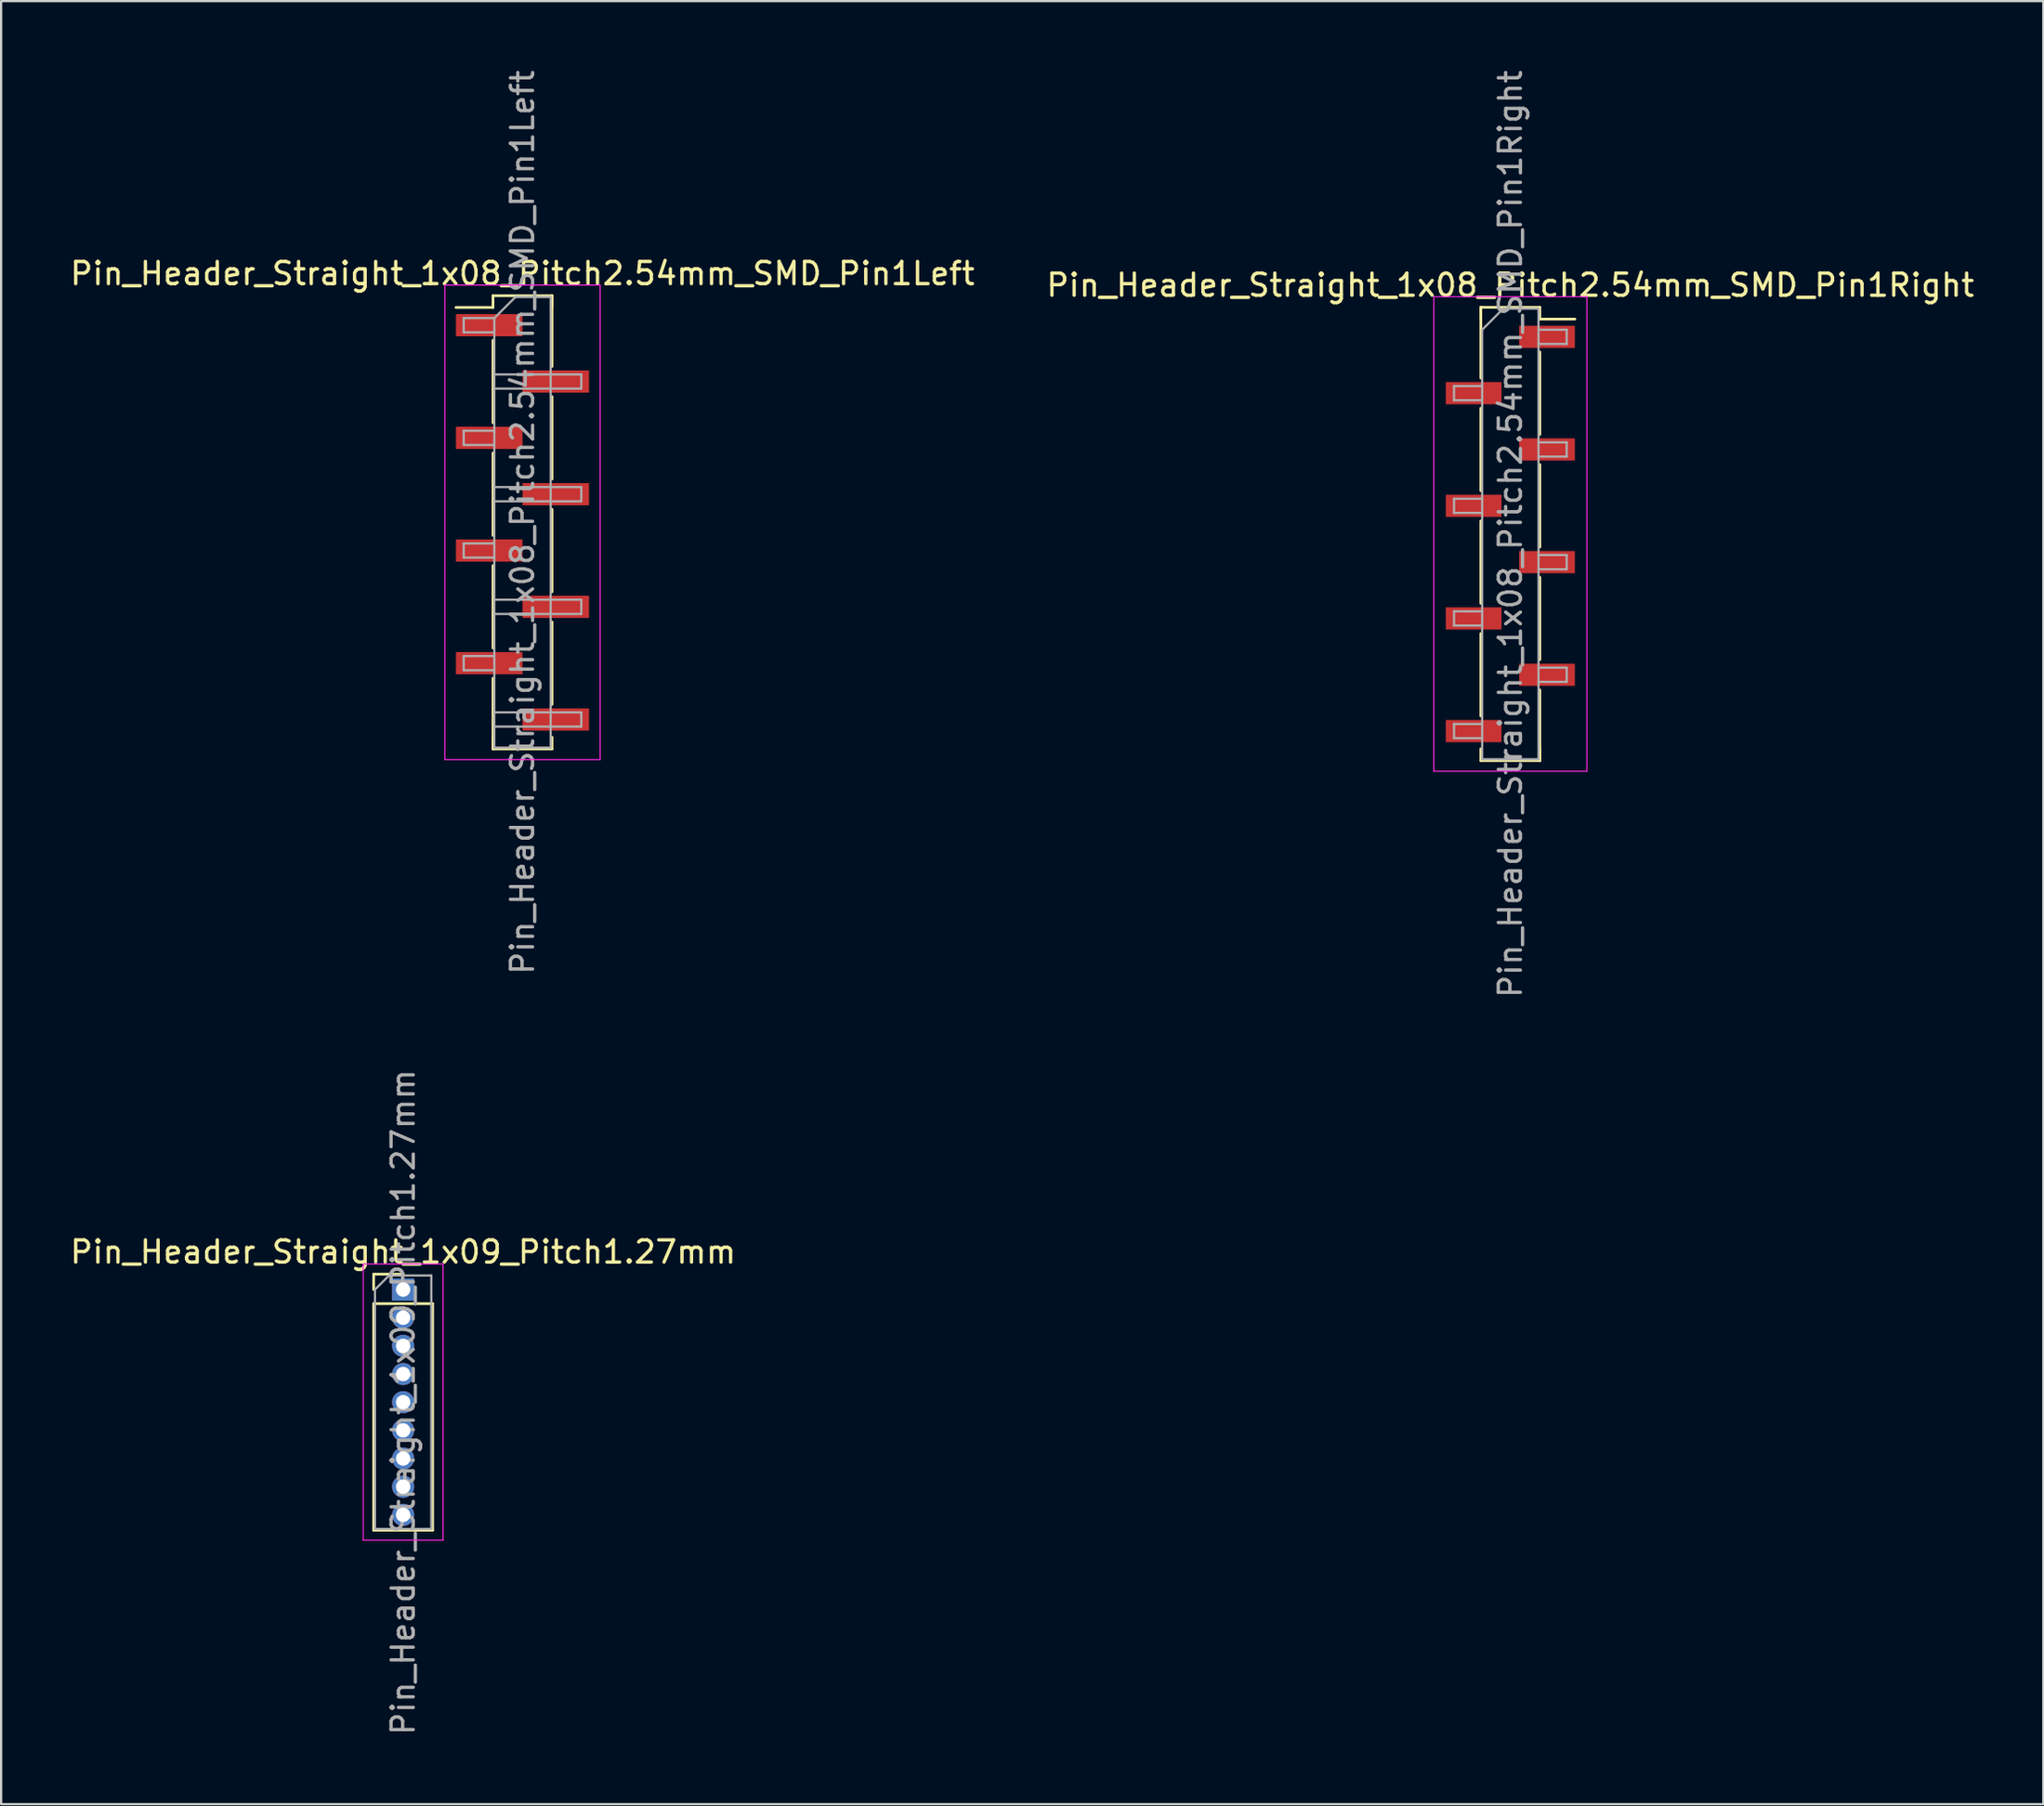
<source format=kicad_pcb>
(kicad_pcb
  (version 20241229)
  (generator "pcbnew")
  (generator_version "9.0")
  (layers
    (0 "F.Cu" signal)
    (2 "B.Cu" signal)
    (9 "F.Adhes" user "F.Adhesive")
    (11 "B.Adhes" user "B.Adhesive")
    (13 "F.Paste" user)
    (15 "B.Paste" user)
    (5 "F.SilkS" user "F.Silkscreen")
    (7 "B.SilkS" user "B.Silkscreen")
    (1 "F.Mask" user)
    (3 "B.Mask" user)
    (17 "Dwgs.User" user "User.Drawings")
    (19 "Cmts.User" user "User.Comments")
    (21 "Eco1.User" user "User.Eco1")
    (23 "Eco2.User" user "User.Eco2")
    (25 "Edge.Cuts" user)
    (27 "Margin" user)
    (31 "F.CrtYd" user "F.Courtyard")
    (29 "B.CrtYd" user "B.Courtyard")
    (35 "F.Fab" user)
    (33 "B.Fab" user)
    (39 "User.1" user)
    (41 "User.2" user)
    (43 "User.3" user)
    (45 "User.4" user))
  (footprint "Pin_Header_Straight_1x08_Pitch2.54mm_SMD_Pin1Left"
    (layer "F.Cu")
    (at 20.506 20.506)
    (property "Reference" "Pin_Header_Straight_1x08_Pitch2.54mm_SMD_Pin1Left" (at 0 -11.22 0) (layer "F.SilkS") (effects (font (size 1 1) (thickness 0.15))))
    (attr smd)
    (fp_line (start -1.33 -10.22) (end 1.33 -10.22) (stroke (width 0.12) (type solid)) (layer "F.SilkS"))
    (fp_line (start -1.33 -9.69) (end -3 -9.69) (stroke (width 0.12) (type solid)) (layer "F.SilkS"))
    (fp_line (start -1.33 -9.69) (end -1.33 -10.22) (stroke (width 0.12) (type solid)) (layer "F.SilkS"))
    (fp_line (start -1.33 -8.21) (end -1.33 -4.49) (stroke (width 0.12) (type solid)) (layer "F.SilkS"))
    (fp_line (start -1.33 -3.13) (end -1.33 0.59) (stroke (width 0.12) (type solid)) (layer "F.SilkS"))
    (fp_line (start -1.33 1.95) (end -1.33 5.67) (stroke (width 0.12) (type solid)) (layer "F.SilkS"))
    (fp_line (start -1.33 7.03) (end -1.33 10.22) (stroke (width 0.12) (type solid)) (layer "F.SilkS"))
    (fp_line (start -1.33 9.69) (end -1.33 10.22) (stroke (width 0.12) (type solid)) (layer "F.SilkS"))
    (fp_line (start -1.33 10.22) (end 1.33 10.22) (stroke (width 0.12) (type solid)) (layer "F.SilkS"))
    (fp_line (start 1.33 -10.22) (end 1.33 -9.69) (stroke (width 0.12) (type solid)) (layer "F.SilkS"))
    (fp_line (start 1.33 -10.22) (end 1.33 -7.03) (stroke (width 0.12) (type solid)) (layer "F.SilkS"))
    (fp_line (start 1.33 -5.67) (end 1.33 -1.95) (stroke (width 0.12) (type solid)) (layer "F.SilkS"))
    (fp_line (start 1.33 -0.59) (end 1.33 3.13) (stroke (width 0.12) (type solid)) (layer "F.SilkS"))
    (fp_line (start 1.33 4.49) (end 1.33 8.21) (stroke (width 0.12) (type solid)) (layer "F.SilkS"))
    (fp_line (start 1.33 10.22) (end 1.33 9.69) (stroke (width 0.12) (type solid)) (layer "F.SilkS"))
    (fp_line (start -3.5 -10.7) (end -3.5 10.7) (stroke (width 0.05) (type solid)) (layer "F.CrtYd"))
    (fp_line (start -3.5 10.7) (end 3.5 10.7) (stroke (width 0.05) (type solid)) (layer "F.CrtYd"))
    (fp_line (start 3.5 -10.7) (end -3.5 -10.7) (stroke (width 0.05) (type solid)) (layer "F.CrtYd"))
    (fp_line (start 3.5 10.7) (end 3.5 -10.7) (stroke (width 0.05) (type solid)) (layer "F.CrtYd"))
    (fp_line (start -2.65 -9.21) (end -2.65 -8.57) (stroke (width 0.1) (type solid)) (layer "F.Fab"))
    (fp_line (start -2.65 -8.57) (end -1.27 -8.57) (stroke (width 0.1) (type solid)) (layer "F.Fab"))
    (fp_line (start -2.65 -4.13) (end -2.65 -3.49) (stroke (width 0.1) (type solid)) (layer "F.Fab"))
    (fp_line (start -2.65 -3.49) (end -1.27 -3.49) (stroke (width 0.1) (type solid)) (layer "F.Fab"))
    (fp_line (start -2.65 0.95) (end -2.65 1.59) (stroke (width 0.1) (type solid)) (layer "F.Fab"))
    (fp_line (start -2.65 1.59) (end -1.27 1.59) (stroke (width 0.1) (type solid)) (layer "F.Fab"))
    (fp_line (start -2.65 6.03) (end -2.65 6.67) (stroke (width 0.1) (type solid)) (layer "F.Fab"))
    (fp_line (start -2.65 6.67) (end -1.27 6.67) (stroke (width 0.1) (type solid)) (layer "F.Fab"))
    (fp_line (start -1.27 -9.21) (end -2.65 -9.21) (stroke (width 0.1) (type solid)) (layer "F.Fab"))
    (fp_line (start -1.27 -9.21) (end -0.32 -10.16) (stroke (width 0.1) (type solid)) (layer "F.Fab"))
    (fp_line (start -1.27 -6.67) (end 2.65 -6.67) (stroke (width 0.1) (type solid)) (layer "F.Fab"))
    (fp_line (start -1.27 -4.13) (end -2.65 -4.13) (stroke (width 0.1) (type solid)) (layer "F.Fab"))
    (fp_line (start -1.27 -1.59) (end 2.65 -1.59) (stroke (width 0.1) (type solid)) (layer "F.Fab"))
    (fp_line (start -1.27 0.95) (end -2.65 0.95) (stroke (width 0.1) (type solid)) (layer "F.Fab"))
    (fp_line (start -1.27 3.49) (end 2.65 3.49) (stroke (width 0.1) (type solid)) (layer "F.Fab"))
    (fp_line (start -1.27 6.03) (end -2.65 6.03) (stroke (width 0.1) (type solid)) (layer "F.Fab"))
    (fp_line (start -1.27 8.57) (end 2.65 8.57) (stroke (width 0.1) (type solid)) (layer "F.Fab"))
    (fp_line (start -1.27 10.16) (end -1.27 -9.21) (stroke (width 0.1) (type solid)) (layer "F.Fab"))
    (fp_line (start -0.32 -10.16) (end 1.27 -10.16) (stroke (width 0.1) (type solid)) (layer "F.Fab"))
    (fp_line (start 1.27 -10.16) (end 1.27 10.16) (stroke (width 0.1) (type solid)) (layer "F.Fab"))
    (fp_line (start 1.27 10.16) (end -1.27 10.16) (stroke (width 0.1) (type solid)) (layer "F.Fab"))
    (fp_line (start 2.65 -6.67) (end 2.65 -6.03) (stroke (width 0.1) (type solid)) (layer "F.Fab"))
    (fp_line (start 2.65 -6.03) (end -1.27 -6.03) (stroke (width 0.1) (type solid)) (layer "F.Fab"))
    (fp_line (start 2.65 -1.59) (end 2.65 -0.95) (stroke (width 0.1) (type solid)) (layer "F.Fab"))
    (fp_line (start 2.65 -0.95) (end -1.27 -0.95) (stroke (width 0.1) (type solid)) (layer "F.Fab"))
    (fp_line (start 2.65 3.49) (end 2.65 4.13) (stroke (width 0.1) (type solid)) (layer "F.Fab"))
    (fp_line (start 2.65 4.13) (end -1.27 4.13) (stroke (width 0.1) (type solid)) (layer "F.Fab"))
    (fp_line (start 2.65 8.57) (end 2.65 9.21) (stroke (width 0.1) (type solid)) (layer "F.Fab"))
    (fp_line (start 2.65 9.21) (end -1.27 9.21) (stroke (width 0.1) (type solid)) (layer "F.Fab"))
    (fp_text user "${REFERENCE}" (at 0 0 90) (layer "F.Fab") (effects (font (size 1 1) (thickness 0.15))))
    (pad "1" smd rect (at -1.5 -8.89) (size 3 1) (layers "F.Cu" "F.Mask"))
    (pad "2" smd rect (at 1.5 -6.35) (size 3 1) (layers "F.Cu" "F.Mask"))
    (pad "3" smd rect (at -1.5 -3.81) (size 3 1) (layers "F.Cu" "F.Mask"))
    (pad "4" smd rect (at 1.5 -1.27) (size 3 1) (layers "F.Cu" "F.Mask"))
    (pad "5" smd rect (at -1.5 1.27) (size 3 1) (layers "F.Cu" "F.Mask"))
    (pad "6" smd rect (at 1.5 3.81) (size 3 1) (layers "F.Cu" "F.Mask"))
    (pad "7" smd rect (at -1.5 6.35) (size 3 1) (layers "F.Cu" "F.Mask"))
    (pad "8" smd rect (at 1.5 8.89) (size 3 1) (layers "F.Cu" "F.Mask")))
  (footprint "Pin_Header_Straight_1x09_Pitch1.27mm"
    (layer "F.Cu")
    (at 15.125 55.105)
    (property "Reference" "Pin_Header_Straight_1x09_Pitch1.27mm" (at 0 -1.695 0) (layer "F.SilkS") (effects (font (size 1 1) (thickness 0.15))))
    (attr through_hole)
    (fp_line (start -1.33 -0.695) (end 0 -0.695) (stroke (width 0.12) (type solid)) (layer "F.SilkS"))
    (fp_line (start -1.33 0) (end -1.33 -0.695) (stroke (width 0.12) (type solid)) (layer "F.SilkS"))
    (fp_line (start -1.33 0.635) (end -1.33 10.855) (stroke (width 0.12) (type solid)) (layer "F.SilkS"))
    (fp_line (start -1.33 10.855) (end 1.33 10.855) (stroke (width 0.12) (type solid)) (layer "F.SilkS"))
    (fp_line (start 1.33 0.635) (end -1.33 0.635) (stroke (width 0.12) (type solid)) (layer "F.SilkS"))
    (fp_line (start 1.33 10.855) (end 1.33 0.635) (stroke (width 0.12) (type solid)) (layer "F.SilkS"))
    (fp_line (start -1.8 -1.15) (end -1.8 11.3) (stroke (width 0.05) (type solid)) (layer "F.CrtYd"))
    (fp_line (start -1.8 11.3) (end 1.8 11.3) (stroke (width 0.05) (type solid)) (layer "F.CrtYd"))
    (fp_line (start 1.8 -1.15) (end -1.8 -1.15) (stroke (width 0.05) (type solid)) (layer "F.CrtYd"))
    (fp_line (start 1.8 11.3) (end 1.8 -1.15) (stroke (width 0.05) (type solid)) (layer "F.CrtYd"))
    (fp_line (start -1.27 0) (end -0.635 -0.635) (stroke (width 0.1) (type solid)) (layer "F.Fab"))
    (fp_line (start -1.27 10.795) (end -1.27 0) (stroke (width 0.1) (type solid)) (layer "F.Fab"))
    (fp_line (start -0.635 -0.635) (end 1.27 -0.635) (stroke (width 0.1) (type solid)) (layer "F.Fab"))
    (fp_line (start 1.27 -0.635) (end 1.27 10.795) (stroke (width 0.1) (type solid)) (layer "F.Fab"))
    (fp_line (start 1.27 10.795) (end -1.27 10.795) (stroke (width 0.1) (type solid)) (layer "F.Fab"))
    (fp_text user "${REFERENCE}" (at 0 5.08 90) (layer "F.Fab") (effects (font (size 1 1) (thickness 0.15))))
    (pad "1" thru_hole rect (at 0 0) (size 1 1) (drill 0.65) (layers "*.Cu" "*.Mask"))
    (pad "2" thru_hole oval (at 0 1.27) (size 1 1) (drill 0.65) (layers "*.Cu" "*.Mask"))
    (pad "3" thru_hole oval (at 0 2.54) (size 1 1) (drill 0.65) (layers "*.Cu" "*.Mask"))
    (pad "4" thru_hole oval (at 0 3.81) (size 1 1) (drill 0.65) (layers "*.Cu" "*.Mask"))
    (pad "5" thru_hole oval (at 0 5.08) (size 1 1) (drill 0.65) (layers "*.Cu" "*.Mask"))
    (pad "6" thru_hole oval (at 0 6.35) (size 1 1) (drill 0.65) (layers "*.Cu" "*.Mask"))
    (pad "7" thru_hole oval (at 0 7.62) (size 1 1) (drill 0.65) (layers "*.Cu" "*.Mask"))
    (pad "8" thru_hole oval (at 0 8.89) (size 1 1) (drill 0.65) (layers "*.Cu" "*.Mask"))
    (pad "9" thru_hole oval (at 0 10.16) (size 1 1) (drill 0.65) (layers "*.Cu" "*.Mask")))
  (footprint "Pin_Header_Straight_1x08_Pitch2.54mm_SMD_Pin1Right"
    (layer "F.Cu")
    (at 65.042 21.03)
    (property "Reference" "Pin_Header_Straight_1x08_Pitch2.54mm_SMD_Pin1Right" (at 0 -11.22 0) (layer "F.SilkS") (effects (font (size 1 1) (thickness 0.15))))
    (attr smd)
    (fp_line (start -1.33 -10.22) (end -1.33 -7.03) (stroke (width 0.12) (type solid)) (layer "F.SilkS"))
    (fp_line (start -1.33 -10.22) (end 1.33 -10.22) (stroke (width 0.12) (type solid)) (layer "F.SilkS"))
    (fp_line (start -1.33 -9.69) (end -1.33 -10.22) (stroke (width 0.12) (type solid)) (layer "F.SilkS"))
    (fp_line (start -1.33 -5.67) (end -1.33 -1.95) (stroke (width 0.12) (type solid)) (layer "F.SilkS"))
    (fp_line (start -1.33 -0.59) (end -1.33 3.13) (stroke (width 0.12) (type solid)) (layer "F.SilkS"))
    (fp_line (start -1.33 4.49) (end -1.33 8.21) (stroke (width 0.12) (type solid)) (layer "F.SilkS"))
    (fp_line (start -1.33 9.69) (end -1.33 10.22) (stroke (width 0.12) (type solid)) (layer "F.SilkS"))
    (fp_line (start -1.33 10.22) (end 1.33 10.22) (stroke (width 0.12) (type solid)) (layer "F.SilkS"))
    (fp_line (start 1.33 -10.22) (end 1.33 -9.69) (stroke (width 0.12) (type solid)) (layer "F.SilkS"))
    (fp_line (start 1.33 -9.69) (end 2.91 -9.69) (stroke (width 0.12) (type solid)) (layer "F.SilkS"))
    (fp_line (start 1.33 -8.21) (end 1.33 -4.49) (stroke (width 0.12) (type solid)) (layer "F.SilkS"))
    (fp_line (start 1.33 -3.13) (end 1.33 0.59) (stroke (width 0.12) (type solid)) (layer "F.SilkS"))
    (fp_line (start 1.33 1.95) (end 1.33 5.67) (stroke (width 0.12) (type solid)) (layer "F.SilkS"))
    (fp_line (start 1.33 7.03) (end 1.33 10.22) (stroke (width 0.12) (type solid)) (layer "F.SilkS"))
    (fp_line (start 1.33 10.22) (end 1.33 9.69) (stroke (width 0.12) (type solid)) (layer "F.SilkS"))
    (fp_line (start -3.45 -10.7) (end -3.45 10.7) (stroke (width 0.05) (type solid)) (layer "F.CrtYd"))
    (fp_line (start -3.45 10.7) (end 3.45 10.7) (stroke (width 0.05) (type solid)) (layer "F.CrtYd"))
    (fp_line (start 3.45 -10.7) (end -3.45 -10.7) (stroke (width 0.05) (type solid)) (layer "F.CrtYd"))
    (fp_line (start 3.45 10.7) (end 3.45 -10.7) (stroke (width 0.05) (type solid)) (layer "F.CrtYd"))
    (fp_line (start -2.54 -6.67) (end -2.54 -6.03) (stroke (width 0.1) (type solid)) (layer "F.Fab"))
    (fp_line (start -2.54 -6.03) (end -1.27 -6.03) (stroke (width 0.1) (type solid)) (layer "F.Fab"))
    (fp_line (start -2.54 -1.59) (end -2.54 -0.95) (stroke (width 0.1) (type solid)) (layer "F.Fab"))
    (fp_line (start -2.54 -0.95) (end -1.27 -0.95) (stroke (width 0.1) (type solid)) (layer "F.Fab"))
    (fp_line (start -2.54 3.49) (end -2.54 4.13) (stroke (width 0.1) (type solid)) (layer "F.Fab"))
    (fp_line (start -2.54 4.13) (end -1.27 4.13) (stroke (width 0.1) (type solid)) (layer "F.Fab"))
    (fp_line (start -2.54 8.57) (end -2.54 9.21) (stroke (width 0.1) (type solid)) (layer "F.Fab"))
    (fp_line (start -2.54 9.21) (end -1.27 9.21) (stroke (width 0.1) (type solid)) (layer "F.Fab"))
    (fp_line (start -1.27 -9.21) (end -0.32 -10.16) (stroke (width 0.1) (type solid)) (layer "F.Fab"))
    (fp_line (start -1.27 -6.67) (end -2.54 -6.67) (stroke (width 0.1) (type solid)) (layer "F.Fab"))
    (fp_line (start -1.27 -1.59) (end -2.54 -1.59) (stroke (width 0.1) (type solid)) (layer "F.Fab"))
    (fp_line (start -1.27 3.49) (end -2.54 3.49) (stroke (width 0.1) (type solid)) (layer "F.Fab"))
    (fp_line (start -1.27 8.57) (end -2.54 8.57) (stroke (width 0.1) (type solid)) (layer "F.Fab"))
    (fp_line (start -1.27 10.16) (end -1.27 -9.21) (stroke (width 0.1) (type solid)) (layer "F.Fab"))
    (fp_line (start -0.32 -10.16) (end 1.27 -10.16) (stroke (width 0.1) (type solid)) (layer "F.Fab"))
    (fp_line (start 1.27 -10.16) (end 1.27 10.16) (stroke (width 0.1) (type solid)) (layer "F.Fab"))
    (fp_line (start 1.27 -9.21) (end 2.54 -9.21) (stroke (width 0.1) (type solid)) (layer "F.Fab"))
    (fp_line (start 1.27 -4.13) (end 2.54 -4.13) (stroke (width 0.1) (type solid)) (layer "F.Fab"))
    (fp_line (start 1.27 0.95) (end 2.54 0.95) (stroke (width 0.1) (type solid)) (layer "F.Fab"))
    (fp_line (start 1.27 6.03) (end 2.54 6.03) (stroke (width 0.1) (type solid)) (layer "F.Fab"))
    (fp_line (start 1.27 10.16) (end -1.27 10.16) (stroke (width 0.1) (type solid)) (layer "F.Fab"))
    (fp_line (start 2.54 -9.21) (end 2.54 -8.57) (stroke (width 0.1) (type solid)) (layer "F.Fab"))
    (fp_line (start 2.54 -8.57) (end 1.27 -8.57) (stroke (width 0.1) (type solid)) (layer "F.Fab"))
    (fp_line (start 2.54 -4.13) (end 2.54 -3.49) (stroke (width 0.1) (type solid)) (layer "F.Fab"))
    (fp_line (start 2.54 -3.49) (end 1.27 -3.49) (stroke (width 0.1) (type solid)) (layer "F.Fab"))
    (fp_line (start 2.54 0.95) (end 2.54 1.59) (stroke (width 0.1) (type solid)) (layer "F.Fab"))
    (fp_line (start 2.54 1.59) (end 1.27 1.59) (stroke (width 0.1) (type solid)) (layer "F.Fab"))
    (fp_line (start 2.54 6.03) (end 2.54 6.67) (stroke (width 0.1) (type solid)) (layer "F.Fab"))
    (fp_line (start 2.54 6.67) (end 1.27 6.67) (stroke (width 0.1) (type solid)) (layer "F.Fab"))
    (fp_text user "${REFERENCE}" (at 0 0 90) (layer "F.Fab") (effects (font (size 1 1) (thickness 0.15))))
    (pad "1" smd rect (at 1.655 -8.89) (size 2.51 1) (layers "F.Cu" "F.Mask" "F.Paste"))
    (pad "2" smd rect (at -1.655 -6.35) (size 2.51 1) (layers "F.Cu" "F.Mask" "F.Paste"))
    (pad "3" smd rect (at 1.655 -3.81) (size 2.51 1) (layers "F.Cu" "F.Mask" "F.Paste"))
    (pad "4" smd rect (at -1.655 -1.27) (size 2.51 1) (layers "F.Cu" "F.Mask" "F.Paste"))
    (pad "5" smd rect (at 1.655 1.27) (size 2.51 1) (layers "F.Cu" "F.Mask" "F.Paste"))
    (pad "6" smd rect (at -1.655 3.81) (size 2.51 1) (layers "F.Cu" "F.Mask" "F.Paste"))
    (pad "7" smd rect (at 1.655 6.35) (size 2.51 1) (layers "F.Cu" "F.Mask" "F.Paste"))
    (pad "8" smd rect (at -1.655 8.89) (size 2.51 1) (layers "F.Cu" "F.Mask" "F.Paste")))
  (gr_rect
    (start -3 -3)
    (end 89.071 78.31)
    (stroke (width 0.1) (type default))
    (fill no)
    (layer "Edge.Cuts")))
</source>
